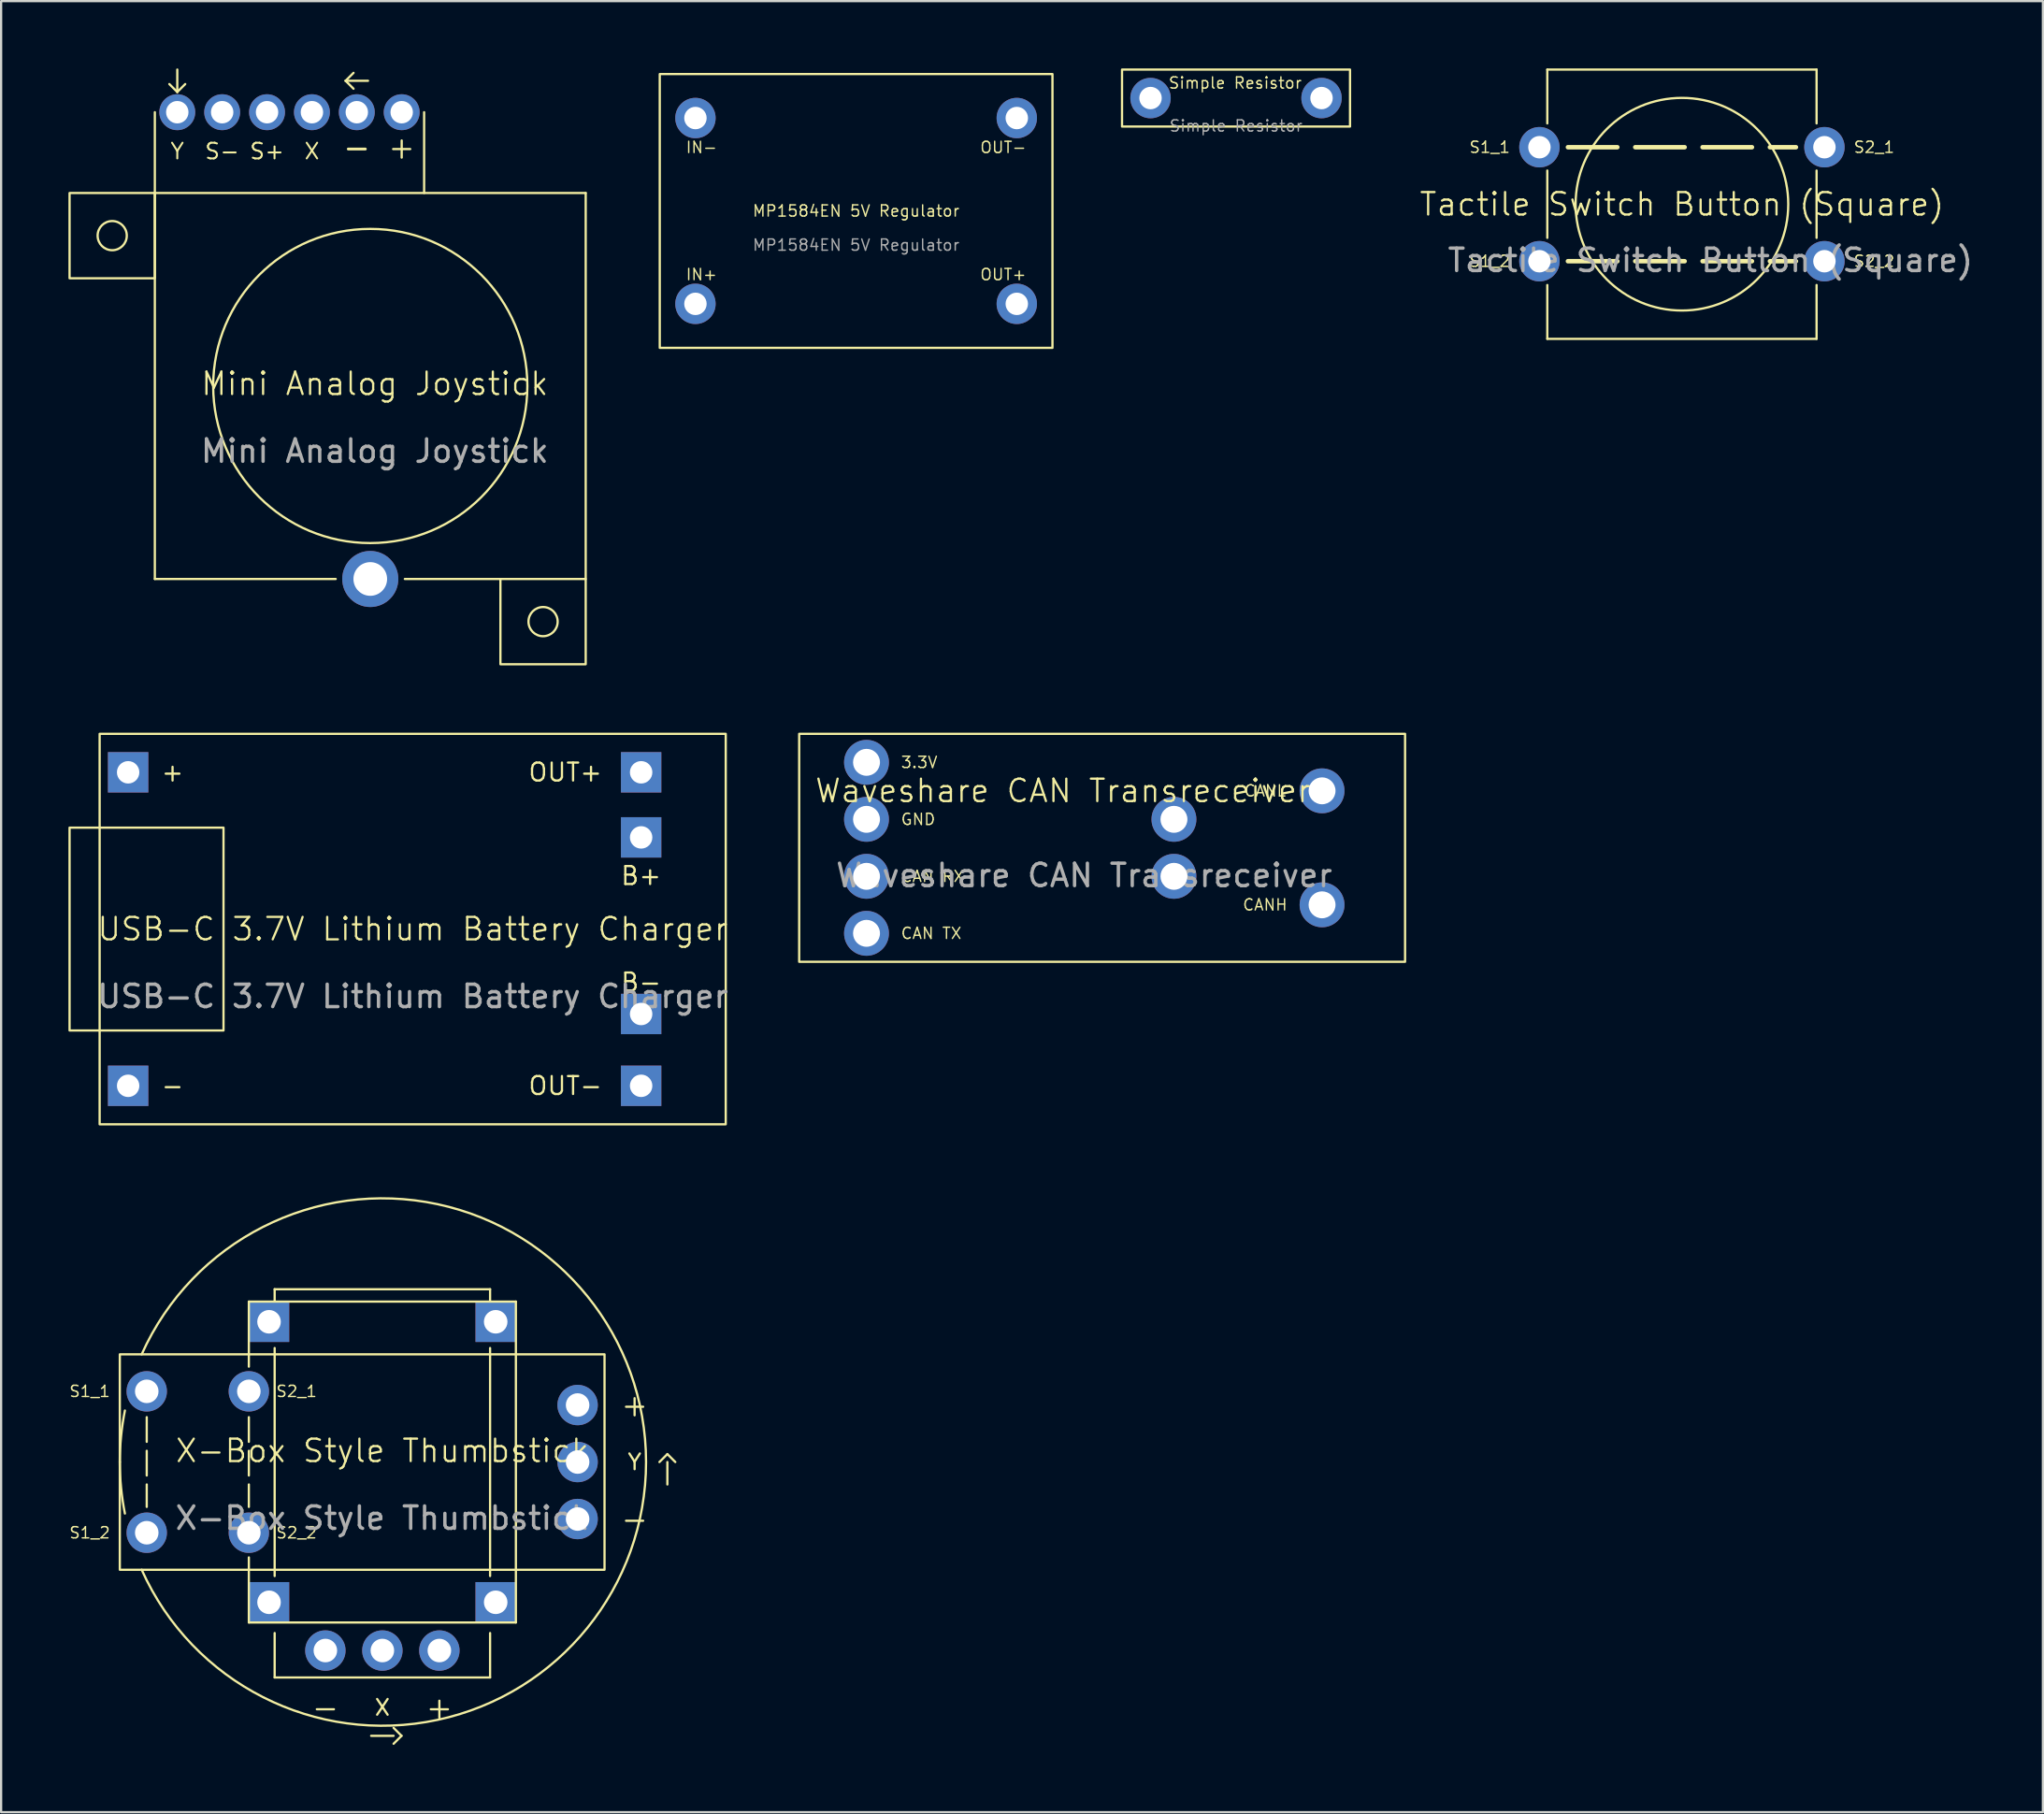
<source format=kicad_pcb>
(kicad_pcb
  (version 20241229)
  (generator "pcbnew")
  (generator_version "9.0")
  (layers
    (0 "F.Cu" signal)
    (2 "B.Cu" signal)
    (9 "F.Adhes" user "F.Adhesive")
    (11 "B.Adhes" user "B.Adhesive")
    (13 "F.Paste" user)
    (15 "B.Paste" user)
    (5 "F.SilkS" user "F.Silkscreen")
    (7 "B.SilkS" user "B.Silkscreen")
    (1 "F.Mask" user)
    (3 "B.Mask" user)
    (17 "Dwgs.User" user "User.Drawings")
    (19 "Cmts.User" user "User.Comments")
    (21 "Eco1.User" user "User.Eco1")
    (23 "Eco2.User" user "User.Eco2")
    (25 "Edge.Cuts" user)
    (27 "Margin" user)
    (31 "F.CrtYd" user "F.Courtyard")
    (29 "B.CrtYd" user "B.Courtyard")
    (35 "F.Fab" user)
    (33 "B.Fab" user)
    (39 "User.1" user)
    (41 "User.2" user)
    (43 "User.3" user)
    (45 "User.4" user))
  (footprint "MP1584EN 5V Regulator"
    (layer "F.Cu")
    (at 26.35 0.25)
    (property "Reference" "MP1584EN 5V Regulator" (at 8.75 6.1 0) (unlocked yes) (layer "F.SilkS") (effects (font (size 0.5 0.5) (thickness 0.062))))
    (fp_rect (start 0 0) (end 17.5 12.2) (stroke (width 0.1) (type solid)) (fill no) (layer "F.SilkS"))
    (fp_text user "OUT+" (at 16.37 8.64 0) (unlocked yes) (layer "F.SilkS") (effects (font (size 0.5 0.5) (thickness 0.062)) (justify right top)))
    (fp_text user "OUT-" (at 16.37 3.56 0) (unlocked yes) (layer "F.SilkS") (effects (font (size 0.5 0.5) (thickness 0.062)) (justify right bottom)))
    (fp_text user "IN+" (at 1.13 8.64 0) (unlocked yes) (layer "F.SilkS") (effects (font (size 0.5 0.5) (thickness 0.062)) (justify left top)))
    (fp_text user "IN-" (at 1.13 3.56 0) (unlocked yes) (layer "F.SilkS") (effects (font (size 0.5 0.5) (thickness 0.062)) (justify left bottom)))
    (fp_text user "${REFERENCE}" (at 8.75 7.62 0) (unlocked yes) (layer "F.Fab") (effects (font (size 0.5 0.5) (thickness 0.062))))
    (pad "1" thru_hole circle (at 1.59 1.96) (size 1.8 1.8) (drill 1) (layers "*.Cu" "*.Mask"))
    (pad "2" thru_hole circle (at 1.59 10.24) (size 1.8 1.8) (drill 1) (layers "*.Cu" "*.Mask"))
    (pad "3" thru_hole circle (at 15.91 1.96) (size 1.8 1.8) (drill 1) (layers "*.Cu" "*.Mask"))
    (pad "4" thru_hole circle (at 15.91 10.24) (size 1.8 1.8) (drill 1) (layers "*.Cu" "*.Mask")))
  (footprint "Mini Analog Joystick"
    (layer "F.Cu")
    (at 13.45 14.15)
    (property "Reference" "Mini Analog Joystick" (at 0.2 -0.1 0) (unlocked yes) (layer "F.SilkS") (effects (font (size 1 1) (thickness 0.1))))
    (fp_line (start -9.6 -8.6) (end -9.6 -12.2) (stroke (width 0.1) (type default)) (layer "F.SilkS"))
    (fp_line (start -9.6 -8.6) (end 9.6 -8.6) (stroke (width 0.1) (type default)) (layer "F.SilkS"))
    (fp_line (start -9.6 8.6) (end -9.6 -8.6) (stroke (width 0.1) (type default)) (layer "F.SilkS"))
    (fp_line (start -9.6 8.6) (end -1.54 8.6) (stroke (width 0.1) (type solid)) (layer "F.SilkS"))
    (fp_line (start -8.6 -13.1) (end -8.954 -13.454) (stroke (width 0.1) (type solid)) (layer "F.SilkS"))
    (fp_line (start -8.6 -13.1) (end -8.6 -14.1) (stroke (width 0.1) (type solid)) (layer "F.SilkS"))
    (fp_line (start -8.6 -13.1) (end -8.246 -13.454) (stroke (width 0.1) (type solid)) (layer "F.SilkS"))
    (fp_line (start -1.1 -13.6) (end -0.746 -13.954) (stroke (width 0.1) (type solid)) (layer "F.SilkS"))
    (fp_line (start -1.1 -13.6) (end -0.746 -13.246) (stroke (width 0.1) (type solid)) (layer "F.SilkS"))
    (fp_line (start -1.1 -13.6) (end -0.1 -13.6) (stroke (width 0.1) (type solid)) (layer "F.SilkS"))
    (fp_line (start 2.4 -12.2) (end 2.4 -8.6) (stroke (width 0.1) (type default)) (layer "F.SilkS"))
    (fp_line (start 5.8 8.6) (end 1.54 8.6) (stroke (width 0.1) (type solid)) (layer "F.SilkS"))
    (fp_line (start 9.6 -8.6) (end 9.6 8.6) (stroke (width 0.1) (type default)) (layer "F.SilkS"))
    (fp_rect (start -13.4 -8.6) (end -9.6 -4.8) (stroke (width 0.1) (type solid)) (fill no) (layer "F.SilkS"))
    (fp_rect (start 5.8 8.6) (end 9.6 12.4) (stroke (width 0.1) (type solid)) (fill no) (layer "F.SilkS"))
    (fp_circle (center -11.5 -6.7) (end -10.85 -6.7) (stroke (width 0.1) (type solid)) (fill no) (layer "F.SilkS"))
    (fp_circle (center 0 0) (end 7 0) (stroke (width 0.1) (type solid)) (fill no) (layer "F.SilkS"))
    (fp_circle (center 7.7 10.5) (end 8.35 10.5) (stroke (width 0.1) (type solid)) (fill no) (layer "F.SilkS"))
    (fp_text user "-" (at -0.6 -10.05 0) (unlocked yes) (layer "F.SilkS") (effects (font (size 1 1) (thickness 0.125)) (justify bottom)))
    (fp_text user "+" (at 1.4 -10.05 0) (unlocked yes) (layer "F.SilkS") (effects (font (size 1 1) (thickness 0.1)) (justify bottom)))
    (fp_text user "X" (at -2.6 -10.05 0) (unlocked yes) (layer "F.SilkS") (effects (font (size 0.7 0.7) (thickness 0.087)) (justify bottom)))
    (fp_text user "Y" (at -8.6 -10.05 0) (unlocked yes) (layer "F.SilkS") (effects (font (size 0.7 0.7) (thickness 0.087)) (justify bottom)))
    (fp_text user "S-" (at -6.6 -10.05 0) (unlocked yes) (layer "F.SilkS") (effects (font (size 0.7 0.7) (thickness 0.087)) (justify bottom)))
    (fp_text user "S+" (at -4.6 -10.05 0) (unlocked yes) (layer "F.SilkS") (effects (font (size 0.7 0.7) (thickness 0.087)) (justify bottom)))
    (fp_text user "${REFERENCE}" (at 0.2 2.9 0) (unlocked yes) (layer "F.Fab") (effects (font (size 1 1) (thickness 0.15))))
    (pad "1" thru_hole circle (at 1.4 -12.2) (size 1.6 1.6) (drill 1) (layers "*.Cu" "*.Mask"))
    (pad "2" thru_hole circle (at -0.6 -12.2) (size 1.6 1.6) (drill 1) (layers "*.Cu" "*.Mask"))
    (pad "3" thru_hole circle (at -2.6 -12.2) (size 1.6 1.6) (drill 1) (layers "*.Cu" "*.Mask"))
    (pad "4" thru_hole circle (at -4.6 -12.2) (size 1.6 1.6) (drill 1) (layers "*.Cu" "*.Mask"))
    (pad "5" thru_hole circle (at -6.6 -12.2) (size 1.6 1.6) (drill 1) (layers "*.Cu" "*.Mask"))
    (pad "6" thru_hole circle (at -8.6 -12.2) (size 1.6 1.6) (drill 1) (layers "*.Cu" "*.Mask"))
    (pad "7" thru_hole circle (at 0 8.6) (size 2.5 2.5) (drill 1.5) (layers "*.Cu" "*.Mask")))
  (footprint "USB-C 3.7V Lithium Battery Charger"
    (layer "F.Cu")
    (at 1.39 47.05)
    (property "Reference" "USB-C 3.7V Lithium Battery Charger" (at 13.95 -8.7 0) (unlocked yes) (layer "F.SilkS") (effects (font (size 1 1) (thickness 0.1))))
    (fp_rect (start -1.34 -13.22) (end 5.52 -4.18) (stroke (width 0.1) (type solid)) (fill no) (layer "F.SilkS"))
    (fp_rect (start 0 -17.4) (end 27.9 0) (stroke (width 0.1) (type solid)) (fill no) (layer "F.SilkS"))
    (fp_text user "B+" (at 24.13 -10.605 0) (unlocked yes) (layer "F.SilkS") (effects (font (size 0.8 0.8) (thickness 0.1)) (justify bottom)))
    (fp_text user "OUT+" (at 19.05 -15.685 0) (unlocked yes) (layer "F.SilkS") (effects (font (size 0.8 0.8) (thickness 0.1)) (justify left)))
    (fp_text user "-" (at 3.81 -1.715 0) (unlocked yes) (layer "F.SilkS") (effects (font (size 0.8 0.8) (thickness 0.1)) (justify right)))
    (fp_text user "OUT-" (at 19.05 -1.715 0) (unlocked yes) (layer "F.SilkS") (effects (font (size 0.8 0.8) (thickness 0.1)) (justify left)))
    (fp_text user "B-" (at 24.13 -6.795 0) (unlocked yes) (layer "F.SilkS") (effects (font (size 0.8 0.8) (thickness 0.1)) (justify top)))
    (fp_text user "+" (at 3.81 -15.685 0) (unlocked yes) (layer "F.SilkS") (effects (font (size 0.8 0.8) (thickness 0.1)) (justify right)))
    (fp_text user "${REFERENCE}" (at 13.95 -5.7 0) (unlocked yes) (layer "F.Fab") (effects (font (size 1 1) (thickness 0.15))))
    (pad "1" thru_hole rect (at 1.27 -15.685) (size 1.8 1.8) (drill 1) (layers "*.Cu" "*.Mask"))
    (pad "2" thru_hole rect (at 1.27 -1.715) (size 1.8 1.8) (drill 1) (layers "*.Cu" "*.Mask"))
    (pad "3" thru_hole rect (at 24.13 -15.685) (size 1.8 1.8) (drill 1) (layers "*.Cu" "*.Mask"))
    (pad "4" thru_hole rect (at 24.13 -12.785) (size 1.8 1.8) (drill 1) (layers "*.Cu" "*.Mask"))
    (pad "5" thru_hole rect (at 24.13 -4.915) (size 1.8 1.8) (drill 1) (layers "*.Cu" "*.Mask"))
    (pad "6" thru_hole rect (at 24.13 -1.715) (size 1.8 1.8) (drill 1) (layers "*.Cu" "*.Mask")))
  (footprint "Simple Resistor"
    (layer "F.Cu")
    (at 48.22 1.32)
    (property "Reference" "Simple Resistor" (at 3.774 -0.673 0) (unlocked yes) (layer "F.SilkS") (effects (font (size 0.5 0.5) (thickness 0.062))))
    (fp_rect (start -1.27 -1.27) (end 8.89 1.27) (stroke (width 0.1) (type solid)) (fill no) (layer "F.SilkS"))
    (fp_text user "${REFERENCE}" (at 3.81 1.24 0) (unlocked yes) (layer "F.Fab") (effects (font (size 0.5 0.5) (thickness 0.062))))
    (pad "1" thru_hole circle (at 0 0) (size 1.8 1.8) (drill 1) (layers "*.Cu" "*.Mask"))
    (pad "2" thru_hole circle (at 7.62 0) (size 1.8 1.8) (drill 1) (layers "*.Cu" "*.Mask")))
  (footprint "Waveshare CAN Transreceiver"
    (layer "F.Cu")
    (at 59.563 39.81)
    (property "Reference" "Waveshare CAN Transreceiver" (at -15.24 -7.62 0) (unlocked yes) (layer "F.SilkS") (effects (font (size 1 1) (thickness 0.1))))
    (fp_rect (start -27 -10.16) (end 0 0) (stroke (width 0.1) (type solid)) (fill no) (layer "F.SilkS"))
    (fp_text user "3.3V" (at -22.5 -8.89 0) (unlocked yes) (layer "F.SilkS") (effects (font (size 0.5 0.5) (thickness 0.062)) (justify left)))
    (fp_text user "CANL" (at -6.24 -7.62 0) (unlocked yes) (layer "F.SilkS") (effects (font (size 0.5 0.5) (thickness 0.062))))
    (fp_text user "CANH" (at -6.24 -2.54 0) (unlocked yes) (layer "F.SilkS") (effects (font (size 0.5 0.5) (thickness 0.062))))
    (fp_text user "GND" (at -22.5 -6.35 0) (unlocked yes) (layer "F.SilkS") (effects (font (size 0.5 0.5) (thickness 0.062)) (justify left)))
    (fp_text user "CAN RX" (at -22.5 -3.81 0) (unlocked yes) (layer "F.SilkS") (effects (font (size 0.5 0.5) (thickness 0.062)) (justify left)))
    (fp_text user "CAN TX" (at -22.5 -1.27 0) (unlocked yes) (layer "F.SilkS") (effects (font (size 0.5 0.5) (thickness 0.062)) (justify left)))
    (fp_text user "${REFERENCE}" (at -14.3 -3.85 0) (unlocked yes) (layer "F.Fab") (effects (font (size 1 1) (thickness 0.15))))
    (pad "1" thru_hole circle (at -24 -8.89) (size 2 2) (drill 1.2) (layers "*.Cu" "*.Mask"))
    (pad "2" thru_hole circle (at -24 -6.35) (size 2 2) (drill 1.2) (layers "*.Cu" "*.Mask"))
    (pad "3" thru_hole circle (at -24 -3.81) (size 2 2) (drill 1.2) (layers "*.Cu" "*.Mask"))
    (pad "4" thru_hole circle (at -24 -1.27) (size 2 2) (drill 1.2) (layers "*.Cu" "*.Mask"))
    (pad "5" thru_hole circle (at -3.7 -7.62) (size 2 2) (drill 1.2) (layers "*.Cu" "*.Mask"))
    (pad "6" thru_hole circle (at -3.7 -2.54) (size 2 2) (drill 1.2) (layers "*.Cu" "*.Mask"))
    (pad "7" thru_hole circle (at -10.3 -6.35) (size 2 2) (drill 1.2) (layers "*.Cu" "*.Mask"))
    (pad "8" thru_hole circle (at -10.3 -3.81) (size 2 2) (drill 1.2) (layers "*.Cu" "*.Mask")))
  (footprint "X-Box Style Thumbstick"
    (layer "F.Cu")
    (at 13.989 62.1)
    (property "Reference" "X-Box Style Thumbstick" (at 0 -0.5 0) (unlocked yes) (layer "F.SilkS") (effects (font (size 1 1) (thickness 0.1))))
    (fp_line (start -10.5 -2) (end -10.5 2) (stroke (width 0.1) (type dash)) (layer "F.SilkS"))
    (fp_line (start -5.95 -7.15) (end -5.95 -4.25) (stroke (width 0.1) (type solid)) (layer "F.SilkS"))
    (fp_line (start -5.95 -2) (end -5.95 2) (stroke (width 0.1) (type dash)) (layer "F.SilkS"))
    (fp_line (start -5.95 7.15) (end -5.95 4.25) (stroke (width 0.1) (type solid)) (layer "F.SilkS"))
    (fp_line (start -5.95 7.15) (end 5.95 7.15) (stroke (width 0.1) (type default)) (layer "F.SilkS"))
    (fp_line (start -4.8 -7.7) (end -4.8 -7.2) (stroke (width 0.1) (type solid)) (layer "F.SilkS"))
    (fp_line (start -4.8 -7.7) (end 4.8 -7.7) (stroke (width 0.1) (type default)) (layer "F.SilkS"))
    (fp_line (start -4.8 -5.08) (end -4.8 5.08) (stroke (width 0.1) (type default)) (layer "F.SilkS"))
    (fp_line (start -4.8 9.6) (end -4.8 7.62) (stroke (width 0.1) (type default)) (layer "F.SilkS"))
    (fp_line (start 0.5 12.2) (end -0.5 12.2) (stroke (width 0.1) (type solid)) (layer "F.SilkS"))
    (fp_line (start 0.854 12.2) (end 0.5 11.846) (stroke (width 0.1) (type solid)) (layer "F.SilkS"))
    (fp_line (start 0.854 12.2) (end 0.5 12.554) (stroke (width 0.1) (type solid)) (layer "F.SilkS"))
    (fp_line (start 4.8 -7.7) (end 4.8 -7.2) (stroke (width 0.1) (type solid)) (layer "F.SilkS"))
    (fp_line (start 4.8 -5.08) (end 4.8 5.08) (stroke (width 0.1) (type default)) (layer "F.SilkS"))
    (fp_line (start 4.8 9.6) (end -4.8 9.6) (stroke (width 0.1) (type default)) (layer "F.SilkS"))
    (fp_line (start 4.8 9.6) (end 4.8 7.62) (stroke (width 0.1) (type default)) (layer "F.SilkS"))
    (fp_line (start 5.95 -7.15) (end -5.95 -7.15) (stroke (width 0.1) (type default)) (layer "F.SilkS"))
    (fp_line (start 5.95 7.15) (end 5.95 -7.15) (stroke (width 0.1) (type default)) (layer "F.SilkS"))
    (fp_line (start 12.7 -0.354) (end 12.346 0) (stroke (width 0.1) (type solid)) (layer "F.SilkS"))
    (fp_line (start 12.7 -0.354) (end 13.054 0) (stroke (width 0.1) (type solid)) (layer "F.SilkS"))
    (fp_line (start 12.7 0) (end 12.7 1) (stroke (width 0.1) (type solid)) (layer "F.SilkS"))
    (fp_rect (start -11.7 -4.8) (end 9.9 4.8) (stroke (width 0.1) (type solid)) (fill no) (layer "F.SilkS"))
    (fp_arc (start -11.7 0) (mid -11.64306 -1.15289) (end -11.472794 -2.294559) (stroke (width 0.1) (type solid)) (layer "F.SilkS"))
    (fp_arc (start -11.472794 2.294559) (mid -11.64306 1.15289) (end -11.7 0) (stroke (width 0.1) (type solid)) (layer "F.SilkS"))
    (fp_arc (start -10.724854 -4.8) (mid 11.75 0) (end -10.724854 4.8) (stroke (width 0.1) (type default)) (layer "F.SilkS"))
    (fp_text user "+" (at 11.24 -2.54 0) (unlocked yes) (layer "F.SilkS") (effects (font (size 1 1) (thickness 0.1))))
    (fp_text user "X" (at 0 10.94 0) (unlocked yes) (layer "F.SilkS") (effects (font (size 0.7 0.7) (thickness 0.1))))
    (fp_text user "-" (at -2.54 10.94 0) (unlocked yes) (layer "F.SilkS") (effects (font (size 1 1) (thickness 0.1))))
    (fp_text user "-" (at 11.24 2.54 0) (unlocked yes) (layer "F.SilkS") (effects (font (size 1 1) (thickness 0.1))))
    (fp_text user "S2_1" (at -2.88 -3.15 0) (unlocked yes) (layer "F.SilkS") (effects (font (size 0.5 0.5) (thickness 0.062)) (justify right)))
    (fp_text user "Y" (at 11.24 0 0) (unlocked yes) (layer "F.SilkS") (effects (font (size 0.7 0.7) (thickness 0.1))))
    (fp_text user "+" (at 2.54 10.94 0) (unlocked yes) (layer "F.SilkS") (effects (font (size 1 1) (thickness 0.1))))
    (fp_text user "S1_1" (at -13.04 -3.15 0) (unlocked yes) (layer "F.SilkS") (effects (font (size 0.5 0.5) (thickness 0.062))))
    (fp_text user "S2_2" (at -2.88 3.15 0) (unlocked yes) (layer "F.SilkS") (effects (font (size 0.5 0.5) (thickness 0.062)) (justify right)))
    (fp_text user "S1_2" (at -13.04 3.15 0) (unlocked yes) (layer "F.SilkS") (effects (font (size 0.5 0.5) (thickness 0.062))))
    (fp_text user "${REFERENCE}" (at 0 2.5 0) (unlocked yes) (layer "F.Fab") (effects (font (size 1 1) (thickness 0.15))))
    (pad "" thru_hole rect (at -5.05 -6.25) (size 1.8 1.8) (drill 1.05) (layers "*.Cu" "*.Mask"))
    (pad "" thru_hole rect (at -5.05 6.25) (size 1.8 1.8) (drill 1.05) (layers "*.Cu" "*.Mask"))
    (pad "" thru_hole rect (at 5.05 -6.25) (size 1.8 1.8) (drill 1.05) (layers "*.Cu" "*.Mask"))
    (pad "" thru_hole rect (at 5.05 6.25) (size 1.8 1.8) (drill 1.05) (layers "*.Cu" "*.Mask"))
    (pad "1" thru_hole circle (at -2.54 8.4) (size 1.8 1.8) (drill 1.05) (layers "*.Cu" "*.Mask"))
    (pad "2" thru_hole circle (at 0 8.4) (size 1.8 1.8) (drill 1.05) (layers "*.Cu" "*.Mask"))
    (pad "3" thru_hole circle (at 2.54 8.4) (size 1.8 1.8) (drill 1.05) (layers "*.Cu" "*.Mask"))
    (pad "4" thru_hole circle (at 8.7 2.54) (size 1.8 1.8) (drill 1.05) (layers "*.Cu" "*.Mask"))
    (pad "5" thru_hole circle (at 8.7 0) (size 1.8 1.8) (drill 1.05) (layers "*.Cu" "*.Mask"))
    (pad "6" thru_hole circle (at 8.7 -2.54) (size 1.8 1.8) (drill 1.05) (layers "*.Cu" "*.Mask"))
    (pad "7" thru_hole circle (at -5.95 -3.15) (size 1.8 1.8) (drill 1.05) (layers "*.Cu" "*.Mask"))
    (pad "8" thru_hole circle (at -10.5 -3.15) (size 1.8 1.8) (drill 1.05) (layers "*.Cu" "*.Mask"))
    (pad "9" thru_hole circle (at -5.95 3.15) (size 1.8 1.8) (drill 1.05) (layers "*.Cu" "*.Mask"))
    (pad "10" thru_hole circle (at -10.5 3.15) (size 1.8 1.8) (drill 1.05) (layers "*.Cu" "*.Mask")))
  (footprint "Tactile Switch Button (Square)"
    (layer "F.Cu")
    (at 71.9 6.05)
    (property "Reference" "Tactile Switch Button (Square)" (at 0 0 0) (unlocked yes) (layer "F.SilkS") (effects (font (size 1 1) (thickness 0.1))))
    (fp_line (start -6 -6) (end -6 -3.6) (stroke (width 0.1) (type solid)) (layer "F.SilkS"))
    (fp_line (start -6 -6) (end 6 -6) (stroke (width 0.1) (type default)) (layer "F.SilkS"))
    (fp_line (start -6 1.5) (end -6 -1.5) (stroke (width 0.1) (type solid)) (layer "F.SilkS"))
    (fp_line (start -6 6) (end -6 3.6) (stroke (width 0.1) (type solid)) (layer "F.SilkS"))
    (fp_line (start -5.08 -2.54) (end 5.08 -2.54) (stroke (width 0.2) (type dash)) (layer "F.SilkS"))
    (fp_line (start -5.08 2.54) (end 5.08 2.54) (stroke (width 0.2) (type dash)) (layer "F.SilkS"))
    (fp_line (start 6 -6) (end 6 -3.6) (stroke (width 0.1) (type solid)) (layer "F.SilkS"))
    (fp_line (start 6 -1.5) (end 6 1.5) (stroke (width 0.1) (type solid)) (layer "F.SilkS"))
    (fp_line (start 6 3.6) (end 6 6) (stroke (width 0.1) (type solid)) (layer "F.SilkS"))
    (fp_line (start 6 6) (end -6 6) (stroke (width 0.1) (type default)) (layer "F.SilkS"))
    (fp_circle (center 0 0) (end 3.35 3.35) (stroke (width 0.1) (type solid)) (fill no) (layer "F.SilkS"))
    (fp_text user "S2_1" (at 7.62 -2.54 0) (unlocked yes) (layer "F.SilkS") (effects (font (size 0.5 0.5) (thickness 0.062)) (justify left)))
    (fp_text user "S1_2" (at -7.62 2.54 0) (unlocked yes) (layer "F.SilkS") (effects (font (size 0.5 0.5) (thickness 0.062)) (justify right)))
    (fp_text user "S1_1" (at -7.62 -2.54 0) (unlocked yes) (layer "F.SilkS") (effects (font (size 0.5 0.5) (thickness 0.062)) (justify right)))
    (fp_text user "S2_2" (at 7.62 2.54 0) (unlocked yes) (layer "F.SilkS") (effects (font (size 0.5 0.5) (thickness 0.062)) (justify left)))
    (fp_text user "${REFERENCE}" (at 1.27 2.5 0) (unlocked yes) (layer "F.Fab") (effects (font (size 1 1) (thickness 0.15))))
    (pad "1" thru_hole circle (at -6.35 -2.54) (size 1.8 1.8) (drill 1) (layers "*.Cu" "*.Mask"))
    (pad "2" thru_hole circle (at -6.35 2.54) (size 1.8 1.8) (drill 1) (layers "*.Cu" "*.Mask"))
    (pad "3" thru_hole circle (at 6.35 -2.54) (size 1.8 1.8) (drill 1) (layers "*.Cu" "*.Mask"))
    (pad "4" thru_hole circle (at 6.35 2.54) (size 1.8 1.8) (drill 1) (layers "*.Cu" "*.Mask")))
  (gr_rect
    (start -3 -3)
    (end 87.986 77.704)
    (stroke (width 0.1) (type default))
    (fill no)
    (layer "Edge.Cuts")))
</source>
